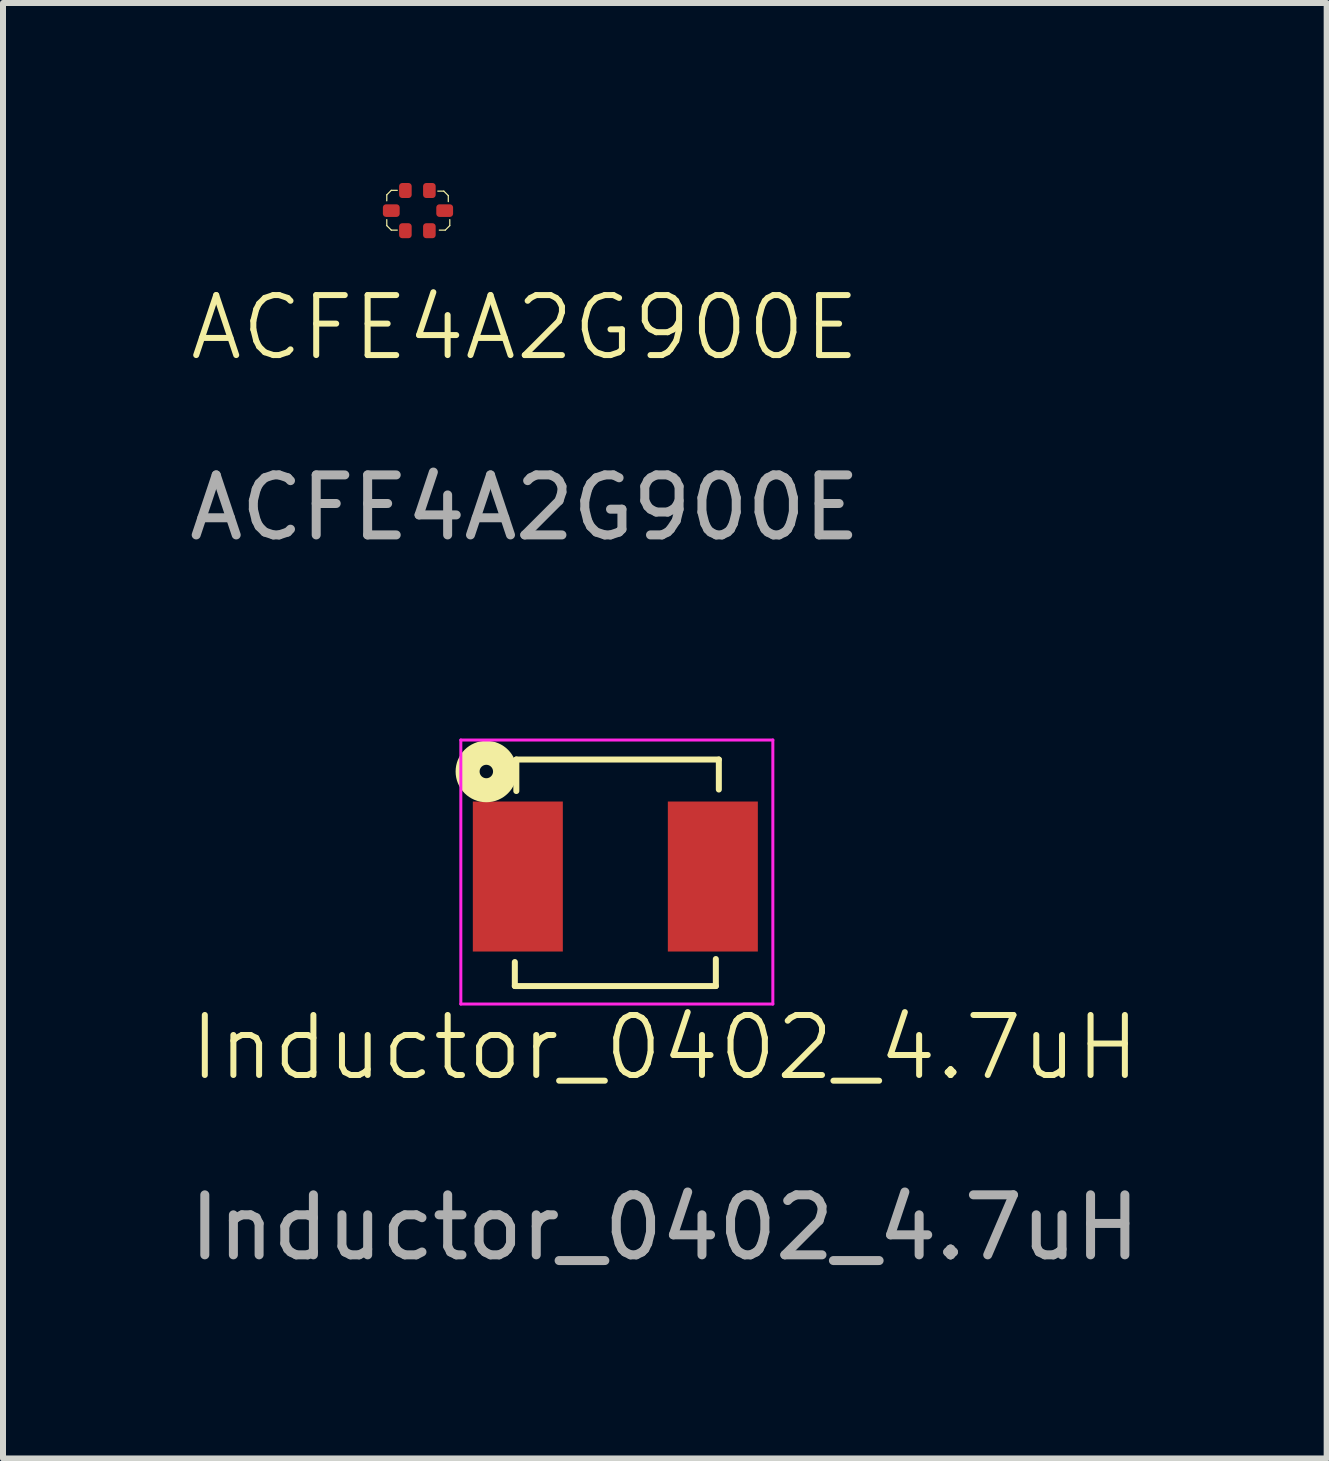
<source format=kicad_pcb>
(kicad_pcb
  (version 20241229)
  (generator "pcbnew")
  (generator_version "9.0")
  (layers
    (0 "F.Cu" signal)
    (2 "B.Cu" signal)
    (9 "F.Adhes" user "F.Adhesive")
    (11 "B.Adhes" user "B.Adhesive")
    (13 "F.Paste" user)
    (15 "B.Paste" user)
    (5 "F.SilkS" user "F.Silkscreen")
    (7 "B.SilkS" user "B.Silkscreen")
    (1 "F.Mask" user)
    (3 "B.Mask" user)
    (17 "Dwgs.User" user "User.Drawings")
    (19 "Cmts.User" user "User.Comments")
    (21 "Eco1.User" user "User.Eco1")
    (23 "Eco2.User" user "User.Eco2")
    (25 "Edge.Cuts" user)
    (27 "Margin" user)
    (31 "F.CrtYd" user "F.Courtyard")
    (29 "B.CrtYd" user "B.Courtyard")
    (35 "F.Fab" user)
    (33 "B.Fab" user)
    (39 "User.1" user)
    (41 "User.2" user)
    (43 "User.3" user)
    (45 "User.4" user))
  (footprint "ACFE4A2G900E"
    (layer "F.Cu")
    (at 3.471 0.46)
    (property "Reference" "ACFE4A2G900E" (at 2.225 1.95 0) (unlocked yes) (layer "F.SilkS") (effects (font (size 1 1) (thickness 0.1))))
    (attr smd)
    (fp_line (start -0.075 -0.263) (end 0 -0.338) (stroke (width 0.02) (type default)) (layer "F.SilkS"))
    (fp_line (start -0.075 -0.163) (end -0.075 -0.263) (stroke (width 0.02) (type default)) (layer "F.SilkS"))
    (fp_line (start -0.075 0.25) (end -0.075 0.15) (stroke (width 0.02) (type default)) (layer "F.SilkS"))
    (fp_line (start 0 -0.338) (end 0.1 -0.338) (stroke (width 0.02) (type default)) (layer "F.SilkS"))
    (fp_line (start 0 0.325) (end -0.075 0.25) (stroke (width 0.02) (type default)) (layer "F.SilkS"))
    (fp_line (start 0.1 0.325) (end 0 0.325) (stroke (width 0.02) (type default)) (layer "F.SilkS"))
    (fp_line (start 0.775 -0.325) (end 0.875 -0.325) (stroke (width 0.02) (type default)) (layer "F.SilkS"))
    (fp_line (start 0.875 -0.325) (end 0.95 -0.25) (stroke (width 0.02) (type default)) (layer "F.SilkS"))
    (fp_line (start 0.9 0.325) (end 0.8 0.325) (stroke (width 0.02) (type default)) (layer "F.SilkS"))
    (fp_line (start 0.95 -0.25) (end 0.95 -0.15) (stroke (width 0.02) (type default)) (layer "F.SilkS"))
    (fp_line (start 0.975 0.15) (end 0.975 0.25) (stroke (width 0.02) (type default)) (layer "F.SilkS"))
    (fp_line (start 0.975 0.25) (end 0.9 0.325) (stroke (width 0.02) (type default)) (layer "F.SilkS"))
    (fp_text user "${REFERENCE}" (at 2.225 4.95 0) (unlocked yes) (layer "F.Fab") (effects (font (size 1 1) (thickness 0.15))))
    (pad "1" smd roundrect (at 0.235 0.335 270) (size 0.25 0.21) (layers "F.Cu" "F.Mask" "F.Paste") (roundrect_rratio 0.25))
    (pad "2" smd roundrect (at 0.635 0.335 270) (size 0.25 0.21) (layers "F.Cu" "F.Mask" "F.Paste") (roundrect_rratio 0.25))
    (pad "3" smd roundrect (at 0.635 -0.335 270) (size 0.25 0.21) (layers "F.Cu" "F.Mask" "F.Paste") (roundrect_rratio 0.25))
    (pad "4" smd roundrect (at 0.235 -0.335 270) (size 0.25 0.21) (layers "F.Cu" "F.Mask" "F.Paste") (roundrect_rratio 0.25))
    (pad "5" smd roundrect (at 0 0 180) (size 0.28 0.21) (layers "F.Cu" "F.Mask" "F.Paste") (roundrect_rratio 0.25))
    (pad "6" smd roundrect (at 0.89 0 180) (size 0.28 0.21) (layers "F.Cu" "F.Mask" "F.Paste") (roundrect_rratio 0.25)))
  (footprint "Inductor_0402_4.7uH"
    (layer "F.Cu")
    (at 6.33 11.433)
    (property "Reference" "Inductor_0402_4.7uH" (at 1.7 2.975 0) (unlocked yes) (layer "F.SilkS") (effects (font (size 1 1) (thickness 0.1))))
    (attr smd)
    (fp_line (start -0.8 1.95) (end -0.8 1.55) (stroke (width 0.1) (type default)) (layer "F.SilkS"))
    (fp_line (start -0.775 -1.825) (end 2.6 -1.825) (stroke (width 0.1) (type default)) (layer "F.SilkS"))
    (fp_line (start -0.775 -1.3) (end -0.775 -1.825) (stroke (width 0.1) (type default)) (layer "F.SilkS"))
    (fp_line (start 2.55 1.5) (end 2.55 1.95) (stroke (width 0.1) (type default)) (layer "F.SilkS"))
    (fp_line (start 2.55 1.95) (end -0.8 1.95) (stroke (width 0.1) (type default)) (layer "F.SilkS"))
    (fp_line (start 2.6 -1.825) (end 2.6 -1.325) (stroke (width 0.1) (type default)) (layer "F.SilkS"))
    (fp_circle (center -1.275 -1.625) (end -1.163 -1.625) (stroke (width 0.4) (type default)) (fill no) (layer "F.SilkS"))
    (fp_line (start -1.7 -2.15) (end -1.7 2.25) (stroke (width 0.05) (type default)) (layer "F.CrtYd"))
    (fp_line (start -1.7 -2.15) (end 3.5 -2.15) (stroke (width 0.05) (type default)) (layer "F.CrtYd"))
    (fp_line (start -1.7 2.25) (end 3.5 2.25) (stroke (width 0.05) (type default)) (layer "F.CrtYd"))
    (fp_line (start 3.5 -2.15) (end 3.5 2.25) (stroke (width 0.05) (type default)) (layer "F.CrtYd"))
    (fp_text user "${REFERENCE}" (at 1.7 5.975 0) (unlocked yes) (layer "F.Fab") (effects (font (size 1 1) (thickness 0.15))))
    (pad "1" smd rect (at -0.75 0.125 90) (size 2.5 1.5) (layers "F.Cu" "F.Mask" "F.Paste"))
    (pad "2" smd rect (at 2.5 0.125 90) (size 2.5 1.5) (layers "F.Cu" "F.Mask" "F.Paste")))
  (gr_rect
    (start -3 -3)
    (end 19.06 21.256)
    (stroke (width 0.1) (type default))
    (fill no)
    (layer "Edge.Cuts")))
</source>
